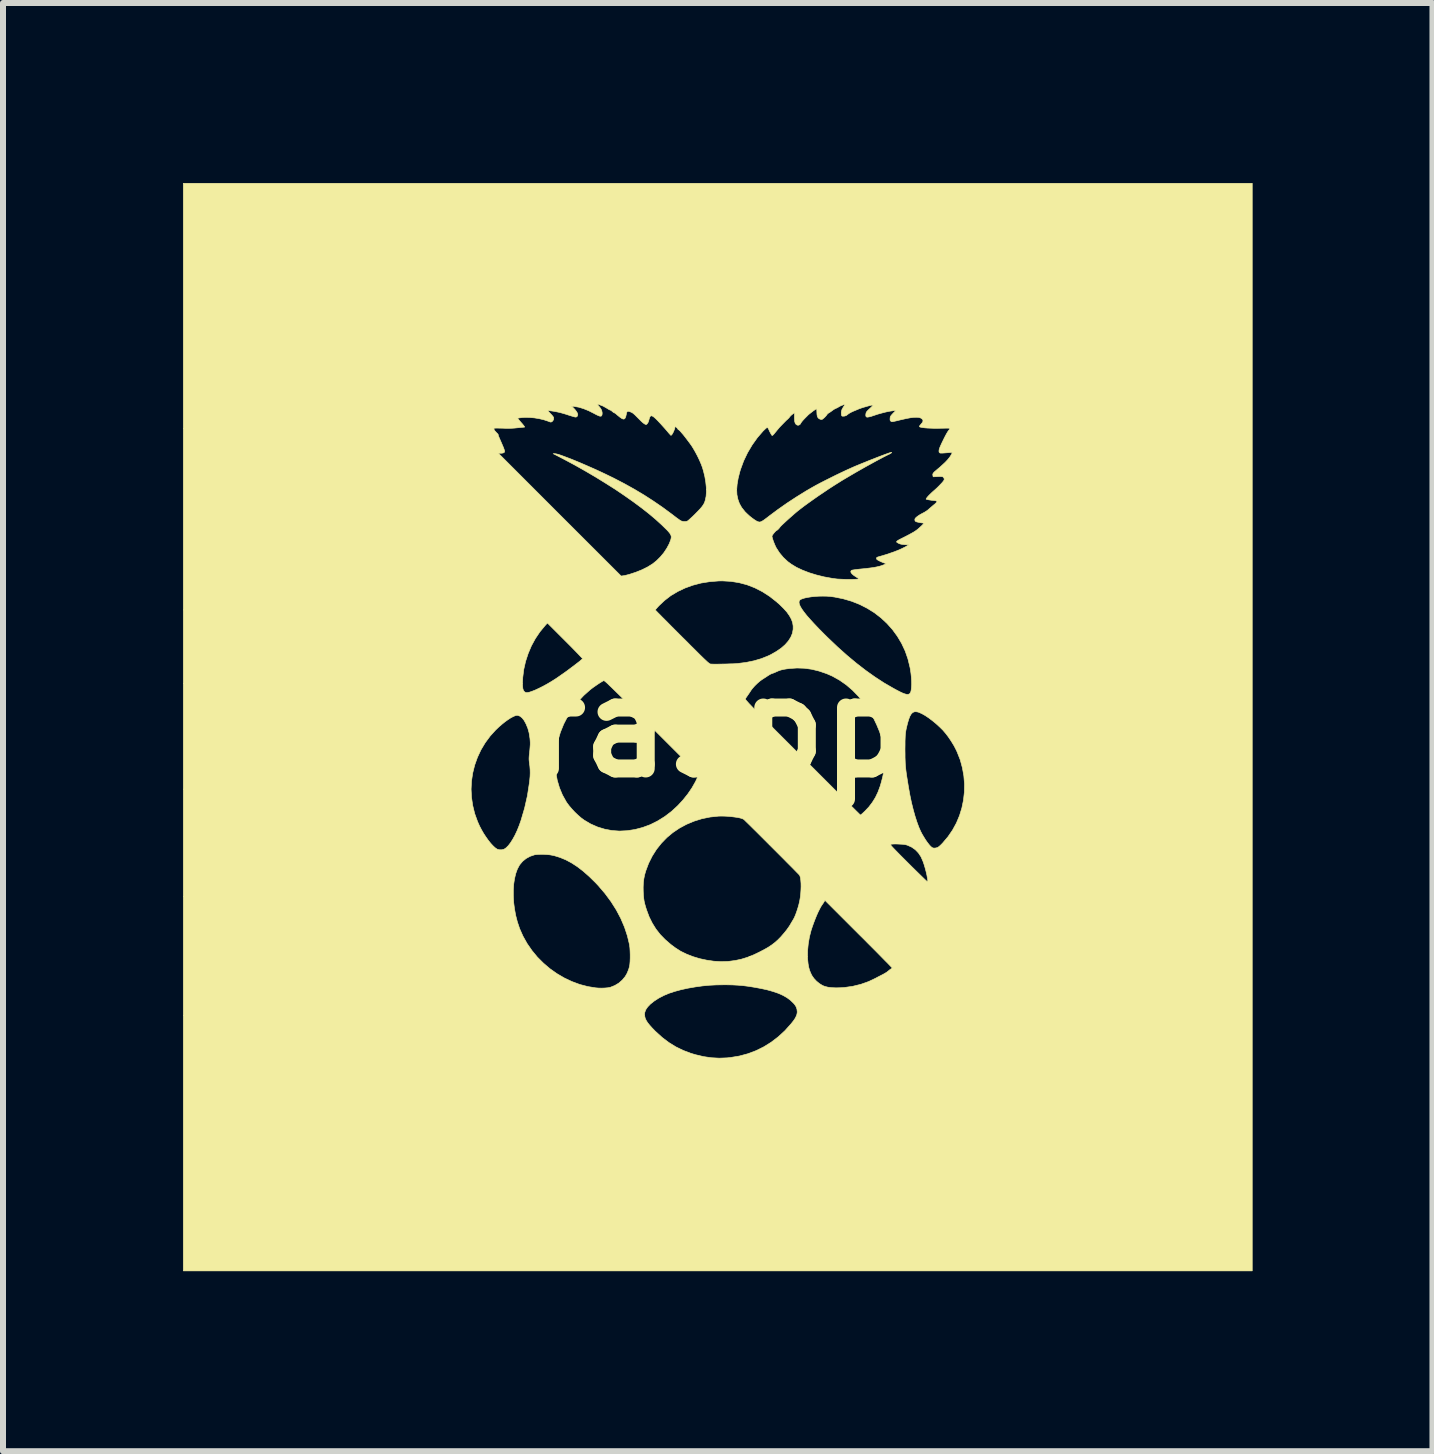
<source format=kicad_pcb>
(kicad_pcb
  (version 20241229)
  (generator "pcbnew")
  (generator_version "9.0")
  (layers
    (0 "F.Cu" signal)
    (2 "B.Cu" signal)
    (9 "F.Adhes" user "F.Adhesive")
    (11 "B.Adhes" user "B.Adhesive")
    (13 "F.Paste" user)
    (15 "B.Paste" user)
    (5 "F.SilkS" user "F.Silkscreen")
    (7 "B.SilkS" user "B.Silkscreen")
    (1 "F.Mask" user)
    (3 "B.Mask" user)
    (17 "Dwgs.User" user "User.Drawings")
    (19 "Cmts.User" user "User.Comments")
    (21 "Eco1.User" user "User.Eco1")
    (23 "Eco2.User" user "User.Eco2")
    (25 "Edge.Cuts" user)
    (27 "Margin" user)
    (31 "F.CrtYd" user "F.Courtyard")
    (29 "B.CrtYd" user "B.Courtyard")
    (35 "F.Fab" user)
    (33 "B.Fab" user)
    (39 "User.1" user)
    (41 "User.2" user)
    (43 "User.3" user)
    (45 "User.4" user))
  (footprint "raspp"
    (layer "F.Cu")
    (at 8.91 9.069)
    (property "Reference" "raspp" (at 0 0 0) (layer "F.SilkS") (effects (font (size 1.524 1.524) (thickness 0.3))))
    (attr through_hole)
    (fp_poly (pts (xy 8.912 9.064) (xy -8.905 9.064) (xy -8.905 4.805) (xy -1.217 4.805) (xy -1.206 4.852) (xy -1.205 4.855) (xy -1.189 4.889) (xy -1.166 4.926) (xy -1.133 4.967) (xy -1.091 5.014) (xy -1.039 5.068) (xy -1.029 5.077) (xy -0.922 5.174) (xy -0.811 5.258) (xy -0.696 5.329) (xy -0.575 5.388) (xy -0.446 5.437) (xy -0.369 5.46) (xy -0.234 5.492) (xy -0.103 5.511) (xy 0.027 5.518) (xy 0.159 5.513) (xy 0.214 5.507) (xy 0.361 5.483) (xy 0.503 5.445) (xy 0.639 5.394) (xy 0.769 5.33) (xy 0.893 5.253) (xy 1.011 5.163) (xy 1.122 5.061) (xy 1.225 4.946) (xy 1.264 4.897) (xy 1.292 4.856) (xy 1.311 4.819) (xy 1.323 4.786) (xy 1.328 4.753) (xy 1.328 4.743) (xy 1.323 4.7) (xy 1.309 4.661) (xy 1.284 4.622) (xy 1.265 4.601) (xy 1.214 4.552) (xy 1.156 4.509) (xy 1.089 4.471) (xy 1.013 4.437) (xy 0.925 4.407) (xy 0.826 4.379) (xy 0.73 4.358) (xy 0.623 4.338) (xy 0.526 4.322) (xy 0.433 4.31) (xy 0.342 4.302) (xy 0.248 4.297) (xy 0.146 4.295) (xy 0.105 4.295) (xy -0.021 4.297) (xy -0.139 4.303) (xy -0.252 4.314) (xy -0.368 4.33) (xy -0.489 4.351) (xy -0.49 4.351) (xy -0.609 4.377) (xy -0.716 4.406) (xy -0.813 4.438) (xy -0.9 4.475) (xy -0.98 4.517) (xy -1.054 4.565) (xy -1.062 4.571) (xy -1.121 4.618) (xy -1.166 4.665) (xy -1.197 4.711) (xy -1.214 4.758) (xy -1.217 4.805) (xy -8.905 4.805) (xy -8.905 2.717) (xy -3.404 2.717) (xy -3.404 2.82) (xy -3.398 2.926) (xy -3.384 3.033) (xy -3.364 3.141) (xy -3.337 3.246) (xy -3.303 3.347) (xy -3.3 3.357) (xy -3.243 3.485) (xy -3.174 3.608) (xy -3.093 3.725) (xy -3.003 3.834) (xy -2.902 3.935) (xy -2.794 4.027) (xy -2.678 4.109) (xy -2.555 4.181) (xy -2.428 4.241) (xy -2.296 4.29) (xy -2.161 4.325) (xy -2.032 4.346) (xy -1.982 4.35) (xy -1.929 4.351) (xy -1.878 4.349) (xy -1.831 4.345) (xy -1.793 4.338) (xy -1.785 4.336) (xy -1.713 4.307) (xy -1.646 4.267) (xy -1.588 4.216) (xy -1.539 4.157) (xy -1.51 4.107) (xy -1.495 4.072) (xy -1.48 4.033) (xy -1.47 3.998) (xy -1.468 3.991) (xy -1.462 3.953) (xy -1.458 3.905) (xy -1.456 3.849) (xy -1.456 3.791) (xy -1.458 3.733) (xy -1.461 3.68) (xy -1.467 3.634) (xy -1.468 3.625) (xy -1.503 3.479) (xy -1.551 3.334) (xy -1.613 3.189) (xy -1.688 3.047) (xy -1.776 2.908) (xy -1.876 2.773) (xy -1.964 2.67) (xy -1.24 2.67) (xy -1.239 2.735) (xy -1.236 2.798) (xy -1.231 2.852) (xy -1.224 2.9) (xy -1.213 2.948) (xy -1.198 3.001) (xy -1.183 3.048) (xy -1.14 3.163) (xy -1.088 3.268) (xy -1.027 3.366) (xy -0.956 3.457) (xy -0.873 3.542) (xy -0.778 3.624) (xy -0.703 3.68) (xy -0.615 3.736) (xy -0.517 3.784) (xy -0.409 3.826) (xy -0.296 3.86) (xy -0.179 3.885) (xy -0.062 3.902) (xy 0.055 3.909) (xy 0.167 3.906) (xy 0.19 3.904) (xy 0.296 3.89) (xy 0.398 3.868) (xy 0.498 3.837) (xy 0.523 3.827) (xy 1.5 3.827) (xy 1.502 3.875) (xy 1.509 3.944) (xy 1.519 4.001) (xy 1.533 4.051) (xy 1.551 4.097) (xy 1.572 4.14) (xy 1.606 4.189) (xy 1.649 4.235) (xy 1.698 4.275) (xy 1.75 4.307) (xy 1.788 4.322) (xy 1.839 4.335) (xy 1.902 4.343) (xy 1.975 4.346) (xy 2.055 4.344) (xy 2.115 4.34) (xy 2.254 4.32) (xy 2.389 4.287) (xy 2.518 4.241) (xy 2.634 4.186) (xy 2.671 4.166) (xy 2.71 4.146) (xy 2.745 4.128) (xy 2.759 4.121) (xy 2.789 4.104) (xy 2.82 4.085) (xy 2.843 4.067) (xy 2.846 4.065) (xy 2.866 4.048) (xy 2.885 4.034) (xy 2.894 4.029) (xy 2.906 4.02) (xy 2.91 4.013) (xy 2.905 4.008) (xy 2.89 3.992) (xy 2.867 3.968) (xy 2.835 3.935) (xy 2.795 3.895) (xy 2.749 3.848) (xy 2.696 3.794) (xy 2.638 3.735) (xy 2.574 3.671) (xy 2.506 3.603) (xy 2.435 3.531) (xy 2.36 3.457) (xy 2.35 3.447) (xy 1.79 2.887) (xy 1.774 2.915) (xy 1.76 2.937) (xy 1.746 2.957) (xy 1.743 2.961) (xy 1.724 2.99) (xy 1.702 3.031) (xy 1.677 3.081) (xy 1.651 3.139) (xy 1.626 3.201) (xy 1.601 3.266) (xy 1.578 3.331) (xy 1.559 3.389) (xy 1.531 3.498) (xy 1.512 3.61) (xy 1.501 3.721) (xy 1.5 3.827) (xy 0.523 3.827) (xy 0.601 3.796) (xy 0.693 3.752) (xy 0.772 3.711) (xy 0.841 3.672) (xy 0.9 3.633) (xy 0.954 3.592) (xy 1.005 3.547) (xy 1.055 3.496) (xy 1.107 3.436) (xy 1.15 3.383) (xy 1.171 3.354) (xy 1.192 3.324) (xy 1.208 3.299) (xy 1.208 3.299) (xy 1.223 3.273) (xy 1.242 3.241) (xy 1.26 3.211) (xy 1.261 3.21) (xy 1.28 3.175) (xy 1.3 3.128) (xy 1.32 3.073) (xy 1.339 3.014) (xy 1.356 2.954) (xy 1.369 2.896) (xy 1.371 2.885) (xy 1.38 2.831) (xy 1.386 2.774) (xy 1.39 2.715) (xy 1.392 2.657) (xy 1.391 2.602) (xy 1.387 2.553) (xy 1.382 2.512) (xy 1.373 2.482) (xy 1.368 2.47) (xy 1.361 2.462) (xy 1.345 2.445) (xy 1.32 2.42) (xy 1.288 2.387) (xy 1.249 2.347) (xy 1.204 2.302) (xy 1.154 2.252) (xy 1.101 2.198) (xy 1.044 2.141) (xy 0.985 2.082) (xy 0.925 2.022) (xy 0.864 1.961) (xy 0.86 1.957) (xy 2.883 1.957) (xy 2.885 1.962) (xy 2.89 1.97) (xy 2.9 1.983) (xy 2.915 2) (xy 2.937 2.023) (xy 2.965 2.052) (xy 3 2.088) (xy 3.043 2.132) (xy 3.095 2.184) (xy 3.156 2.245) (xy 3.186 2.275) (xy 3.242 2.331) (xy 3.295 2.383) (xy 3.344 2.431) (xy 3.388 2.474) (xy 3.426 2.511) (xy 3.458 2.542) (xy 3.482 2.564) (xy 3.498 2.578) (xy 3.504 2.583) (xy 3.504 2.583) (xy 3.504 2.572) (xy 3.503 2.551) (xy 3.499 2.524) (xy 3.498 2.519) (xy 3.489 2.467) (xy 3.475 2.407) (xy 3.458 2.343) (xy 3.44 2.283) (xy 3.425 2.24) (xy 3.391 2.162) (xy 3.348 2.097) (xy 3.296 2.043) (xy 3.236 2.001) (xy 3.168 1.97) (xy 3.142 1.962) (xy 3.117 1.957) (xy 3.084 1.953) (xy 3.045 1.951) (xy 3.004 1.949) (xy 2.964 1.948) (xy 2.928 1.949) (xy 2.901 1.951) (xy 2.885 1.954) (xy 2.883 1.957) (xy 0.86 1.957) (xy 0.804 1.901) (xy 0.746 1.843) (xy 0.69 1.787) (xy 0.637 1.734) (xy 0.588 1.686) (xy 0.544 1.642) (xy 0.506 1.605) (xy 0.475 1.575) (xy 0.452 1.552) (xy 0.437 1.539) (xy 0.432 1.535) (xy 0.41 1.525) (xy 0.376 1.515) (xy 0.333 1.506) (xy 0.283 1.499) (xy 0.228 1.492) (xy 0.171 1.487) (xy 0.115 1.484) (xy 0.062 1.483) (xy 0.018 1.484) (xy -0.124 1.499) (xy -0.261 1.527) (xy -0.392 1.568) (xy -0.517 1.62) (xy -0.634 1.683) (xy -0.744 1.757) (xy -0.845 1.841) (xy -0.936 1.935) (xy -1.018 2.038) (xy -1.089 2.15) (xy -1.149 2.27) (xy -1.196 2.395) (xy -1.216 2.464) (xy -1.229 2.53) (xy -1.237 2.597) (xy -1.24 2.67) (xy -1.964 2.67) (xy -1.987 2.643) (xy -2.035 2.592) (xy -2.139 2.49) (xy -2.239 2.402) (xy -2.336 2.327) (xy -2.433 2.264) (xy -2.528 2.213) (xy -2.625 2.173) (xy -2.722 2.143) (xy -2.751 2.137) (xy -2.795 2.129) (xy -2.846 2.124) (xy -2.901 2.121) (xy -2.954 2.121) (xy -3.002 2.123) (xy -3.041 2.127) (xy -3.051 2.129) (xy -3.125 2.154) (xy -3.191 2.19) (xy -3.249 2.237) (xy -3.297 2.294) (xy -3.303 2.303) (xy -3.337 2.367) (xy -3.364 2.442) (xy -3.384 2.526) (xy -3.398 2.618) (xy -3.404 2.717) (xy -8.905 2.717) (xy -8.905 1.035) (xy -4.108 1.035) (xy -4.101 1.171) (xy -4.081 1.307) (xy -4.048 1.442) (xy -4 1.575) (xy -3.966 1.651) (xy -3.934 1.712) (xy -3.899 1.773) (xy -3.86 1.832) (xy -3.821 1.887) (xy -3.782 1.936) (xy -3.744 1.977) (xy -3.709 2.01) (xy -3.679 2.031) (xy -3.67 2.036) (xy -3.635 2.045) (xy -3.597 2.045) (xy -3.562 2.036) (xy -3.558 2.035) (xy -3.524 2.012) (xy -3.487 1.975) (xy -3.45 1.927) (xy -3.413 1.868) (xy -3.375 1.799) (xy -3.339 1.722) (xy -3.305 1.637) (xy -3.277 1.558) (xy -3.216 1.351) (xy -3.169 1.143) (xy -3.137 0.935) (xy -3.131 0.885) (xy -3.125 0.821) (xy -3.123 0.765) (xy -3.124 0.713) (xy -3.128 0.658) (xy -3.132 0.624) (xy -2.705 0.624) (xy -2.695 0.758) (xy -2.672 0.887) (xy -2.635 1.012) (xy -2.586 1.13) (xy -2.523 1.243) (xy -2.51 1.263) (xy -2.474 1.311) (xy -2.429 1.364) (xy -2.379 1.418) (xy -2.325 1.469) (xy -2.273 1.514) (xy -2.224 1.55) (xy -2.221 1.552) (xy -2.114 1.615) (xy -2 1.665) (xy -1.882 1.701) (xy -1.761 1.724) (xy -1.636 1.733) (xy -1.509 1.727) (xy -1.508 1.727) (xy -1.377 1.707) (xy -1.248 1.673) (xy -1.121 1.626) (xy -0.999 1.565) (xy -0.88 1.491) (xy -0.767 1.405) (xy -0.664 1.31) (xy -0.577 1.216) (xy -0.497 1.116) (xy -0.426 1.012) (xy -0.367 0.908) (xy -0.337 0.843) (xy -0.313 0.788) (xy -1.096 0.005) (xy -1.202 -0.101) (xy -1.299 -0.198) (xy -1.386 -0.285) (xy -1.465 -0.363) (xy -1.535 -0.433) (xy -1.573 -0.47) (xy 0.464 -0.47) (xy 0.464 -0.467) (xy 0.466 -0.463) (xy 0.469 -0.457) (xy 0.475 -0.449) (xy 0.483 -0.439) (xy 0.495 -0.426) (xy 0.51 -0.409) (xy 0.528 -0.389) (xy 0.552 -0.364) (xy 0.58 -0.335) (xy 0.613 -0.301) (xy 0.652 -0.261) (xy 0.698 -0.215) (xy 0.749 -0.163) (xy 0.808 -0.104) (xy 0.874 -0.038) (xy 0.948 0.037) (xy 1.03 0.119) (xy 1.121 0.21) (xy 1.221 0.31) (xy 1.33 0.419) (xy 1.416 0.505) (xy 1.515 0.604) (xy 1.61 0.699) (xy 1.703 0.792) (xy 1.792 0.881) (xy 1.876 0.965) (xy 1.956 1.045) (xy 2.031 1.119) (xy 2.1 1.187) (xy 2.162 1.249) (xy 2.218 1.305) (xy 2.267 1.353) (xy 2.307 1.393) (xy 2.34 1.425) (xy 2.363 1.448) (xy 2.378 1.462) (xy 2.382 1.466) (xy 2.389 1.461) (xy 2.405 1.448) (xy 2.426 1.429) (xy 2.451 1.405) (xy 2.454 1.403) (xy 2.522 1.331) (xy 2.58 1.255) (xy 2.631 1.173) (xy 2.674 1.083) (xy 2.711 0.983) (xy 2.732 0.91) (xy 2.753 0.827) (xy 2.768 0.751) (xy 2.777 0.677) (xy 2.781 0.598) (xy 2.782 0.541) (xy 2.777 0.42) (xy 2.77 0.365) (xy 3.124 0.365) (xy 3.124 0.381) (xy 3.125 0.448) (xy 3.125 0.507) (xy 3.127 0.561) (xy 3.129 0.611) (xy 3.133 0.66) (xy 3.138 0.71) (xy 3.145 0.764) (xy 3.154 0.825) (xy 3.165 0.894) (xy 3.178 0.974) (xy 3.183 1.005) (xy 3.206 1.134) (xy 3.232 1.258) (xy 3.261 1.375) (xy 3.291 1.483) (xy 3.323 1.582) (xy 3.355 1.669) (xy 3.386 1.739) (xy 3.41 1.785) (xy 3.438 1.832) (xy 3.467 1.879) (xy 3.497 1.922) (xy 3.525 1.958) (xy 3.548 1.984) (xy 3.551 1.987) (xy 3.572 2.005) (xy 3.589 2.014) (xy 3.607 2.017) (xy 3.615 2.017) (xy 3.641 2.014) (xy 3.667 2.007) (xy 3.669 2.006) (xy 3.684 1.996) (xy 3.706 1.978) (xy 3.731 1.954) (xy 3.754 1.93) (xy 3.841 1.827) (xy 3.917 1.716) (xy 3.981 1.599) (xy 4.033 1.475) (xy 4.072 1.348) (xy 4.099 1.217) (xy 4.114 1.083) (xy 4.116 0.948) (xy 4.105 0.813) (xy 4.081 0.679) (xy 4.045 0.546) (xy 3.994 0.417) (xy 3.98 0.386) (xy 3.942 0.312) (xy 3.895 0.235) (xy 3.845 0.161) (xy 3.802 0.105) (xy 3.755 0.05) (xy 3.7 -0.004) (xy 3.642 -0.057) (xy 3.581 -0.107) (xy 3.52 -0.153) (xy 3.462 -0.192) (xy 3.407 -0.223) (xy 3.358 -0.245) (xy 3.34 -0.251) (xy 3.306 -0.257) (xy 3.276 -0.254) (xy 3.25 -0.241) (xy 3.227 -0.217) (xy 3.206 -0.181) (xy 3.187 -0.132) (xy 3.168 -0.069) (xy 3.164 -0.054) (xy 3.154 -0.012) (xy 3.145 0.026) (xy 3.138 0.062) (xy 3.133 0.098) (xy 3.129 0.137) (xy 3.127 0.181) (xy 3.125 0.232) (xy 3.125 0.292) (xy 3.124 0.365) (xy 2.77 0.365) (xy 2.762 0.303) (xy 2.736 0.189) (xy 2.7 0.075) (xy 2.651 -0.042) (xy 2.606 -0.136) (xy 2.528 -0.272) (xy 2.443 -0.397) (xy 2.35 -0.511) (xy 2.25 -0.614) (xy 2.144 -0.705) (xy 2.032 -0.783) (xy 1.914 -0.849) (xy 1.818 -0.891) (xy 1.692 -0.934) (xy 1.569 -0.964) (xy 1.447 -0.981) (xy 1.325 -0.985) (xy 1.201 -0.977) (xy 1.201 -0.977) (xy 1.142 -0.969) (xy 1.094 -0.961) (xy 1.054 -0.951) (xy 1.019 -0.939) (xy 0.984 -0.924) (xy 0.98 -0.922) (xy 0.954 -0.91) (xy 0.929 -0.9) (xy 0.916 -0.896) (xy 0.899 -0.89) (xy 0.874 -0.878) (xy 0.847 -0.861) (xy 0.84 -0.857) (xy 0.809 -0.836) (xy 0.776 -0.815) (xy 0.748 -0.797) (xy 0.746 -0.796) (xy 0.706 -0.767) (xy 0.663 -0.73) (xy 0.62 -0.688) (xy 0.582 -0.645) (xy 0.552 -0.605) (xy 0.551 -0.602) (xy 0.532 -0.573) (xy 0.513 -0.545) (xy 0.497 -0.523) (xy 0.495 -0.519) (xy 0.48 -0.498) (xy 0.468 -0.479) (xy 0.465 -0.473) (xy 0.464 -0.47) (xy -1.573 -0.47) (xy -1.597 -0.495) (xy -1.652 -0.549) (xy -1.7 -0.596) (xy -1.741 -0.636) (xy -1.776 -0.67) (xy -1.806 -0.698) (xy -1.83 -0.722) (xy -1.85 -0.74) (xy -1.866 -0.754) (xy -1.877 -0.763) (xy -1.886 -0.77) (xy -1.892 -0.773) (xy -1.896 -0.774) (xy -1.896 -0.774) (xy -1.911 -0.768) (xy -1.934 -0.754) (xy -1.965 -0.735) (xy -2 -0.712) (xy -2.036 -0.687) (xy -2.072 -0.662) (xy -2.105 -0.637) (xy -2.122 -0.624) (xy -2.231 -0.527) (xy -2.33 -0.42) (xy -2.419 -0.304) (xy -2.498 -0.179) (xy -2.565 -0.049) (xy -2.62 0.087) (xy -2.661 0.227) (xy -2.685 0.344) (xy -2.702 0.486) (xy -2.705 0.624) (xy -3.132 0.624) (xy -3.136 0.597) (xy -3.14 0.563) (xy -3.142 0.533) (xy -3.141 0.502) (xy -3.138 0.464) (xy -3.135 0.441) (xy -3.129 0.381) (xy -3.125 0.332) (xy -3.122 0.291) (xy -3.122 0.255) (xy -3.124 0.222) (xy -3.127 0.186) (xy -3.128 0.181) (xy -3.141 0.097) (xy -3.162 0.021) (xy -3.191 -0.05) (xy -3.193 -0.054) (xy -3.224 -0.111) (xy -3.257 -0.153) (xy -3.29 -0.18) (xy -3.325 -0.194) (xy -3.344 -0.196) (xy -3.37 -0.191) (xy -3.405 -0.176) (xy -3.447 -0.154) (xy -3.493 -0.124) (xy -3.542 -0.089) (xy -3.593 -0.048) (xy -3.644 -0.004) (xy -3.692 0.042) (xy -3.694 0.043) (xy -3.79 0.149) (xy -3.873 0.261) (xy -3.944 0.38) (xy -4.002 0.504) (xy -4.048 0.633) (xy -4.081 0.765) (xy -4.101 0.899) (xy -4.108 1.035) (xy -8.905 1.035) (xy -8.905 -0.727) (xy -3.251 -0.727) (xy -3.249 -0.677) (xy -3.245 -0.64) (xy -3.236 -0.613) (xy -3.223 -0.594) (xy -3.219 -0.59) (xy -3.203 -0.579) (xy -3.185 -0.575) (xy -3.163 -0.576) (xy -3.132 -0.583) (xy -3.094 -0.596) (xy -3.04 -0.617) (xy -2.978 -0.646) (xy -2.91 -0.68) (xy -2.839 -0.719) (xy -2.768 -0.761) (xy -2.7 -0.804) (xy -2.692 -0.809) (xy -2.65 -0.838) (xy -2.603 -0.871) (xy -2.554 -0.905) (xy -2.504 -0.941) (xy -2.455 -0.978) (xy -2.408 -1.013) (xy -2.365 -1.046) (xy -2.326 -1.076) (xy -2.294 -1.101) (xy -2.27 -1.122) (xy -2.255 -1.135) (xy -2.251 -1.141) (xy -2.255 -1.147) (xy -2.269 -1.162) (xy -2.292 -1.186) (xy -2.322 -1.218) (xy -2.358 -1.255) (xy -2.401 -1.299) (xy -2.448 -1.347) (xy -2.5 -1.399) (xy -2.542 -1.441) (xy -2.836 -1.735) (xy -2.874 -1.693) (xy -2.961 -1.588) (xy -3.037 -1.475) (xy -3.103 -1.354) (xy -3.157 -1.226) (xy -3.2 -1.095) (xy -3.23 -0.962) (xy -3.247 -0.827) (xy -3.251 -0.727) (xy -8.905 -0.727) (xy -8.905 -1.953) (xy -1.038 -1.953) (xy -1.033 -1.947) (xy -1.018 -1.932) (xy -0.995 -1.908) (xy -0.963 -1.876) (xy -0.925 -1.837) (xy -0.879 -1.791) (xy -0.828 -1.74) (xy -0.772 -1.683) (xy -0.711 -1.622) (xy -0.647 -1.558) (xy -0.59 -1.501) (xy -0.511 -1.423) (xy -0.443 -1.354) (xy -0.383 -1.295) (xy -0.332 -1.244) (xy -0.288 -1.2) (xy -0.251 -1.164) (xy -0.22 -1.134) (xy -0.194 -1.11) (xy -0.174 -1.091) (xy -0.158 -1.077) (xy -0.145 -1.067) (xy -0.135 -1.059) (xy -0.127 -1.055) (xy -0.121 -1.052) (xy -0.115 -1.051) (xy -0.112 -1.051) (xy -0.089 -1.05) (xy -0.053 -1.049) (xy -0.009 -1.049) (xy 0.042 -1.05) (xy 0.097 -1.051) (xy 0.153 -1.052) (xy 0.206 -1.054) (xy 0.256 -1.055) (xy 0.298 -1.057) (xy 0.33 -1.06) (xy 0.334 -1.06) (xy 0.476 -1.078) (xy 0.607 -1.105) (xy 0.73 -1.141) (xy 0.844 -1.187) (xy 0.89 -1.209) (xy 0.981 -1.261) (xy 1.061 -1.316) (xy 1.127 -1.374) (xy 1.181 -1.436) (xy 1.221 -1.499) (xy 1.248 -1.564) (xy 1.26 -1.631) (xy 1.26 -1.685) (xy 1.251 -1.742) (xy 1.23 -1.799) (xy 1.198 -1.857) (xy 1.155 -1.918) (xy 1.099 -1.98) (xy 1.031 -2.047) (xy 0.997 -2.076) (xy 1.358 -2.076) (xy 1.364 -2.046) (xy 1.38 -2.009) (xy 1.406 -1.966) (xy 1.442 -1.916) (xy 1.488 -1.858) (xy 1.545 -1.793) (xy 1.612 -1.72) (xy 1.69 -1.638) (xy 1.779 -1.548) (xy 1.838 -1.49) (xy 2.001 -1.335) (xy 2.16 -1.193) (xy 2.316 -1.063) (xy 2.47 -0.944) (xy 2.622 -0.836) (xy 2.774 -0.737) (xy 2.928 -0.648) (xy 2.979 -0.62) (xy 3.036 -0.59) (xy 3.083 -0.568) (xy 3.12 -0.554) (xy 3.15 -0.546) (xy 3.173 -0.545) (xy 3.191 -0.55) (xy 3.206 -0.56) (xy 3.207 -0.562) (xy 3.219 -0.582) (xy 3.227 -0.615) (xy 3.232 -0.659) (xy 3.235 -0.711) (xy 3.234 -0.77) (xy 3.23 -0.833) (xy 3.223 -0.9) (xy 3.213 -0.967) (xy 3.207 -0.998) (xy 3.173 -1.137) (xy 3.127 -1.269) (xy 3.068 -1.395) (xy 2.997 -1.514) (xy 2.916 -1.625) (xy 2.824 -1.728) (xy 2.723 -1.822) (xy 2.613 -1.907) (xy 2.494 -1.981) (xy 2.368 -2.045) (xy 2.234 -2.098) (xy 2.094 -2.139) (xy 1.949 -2.168) (xy 1.876 -2.178) (xy 1.818 -2.182) (xy 1.755 -2.183) (xy 1.691 -2.182) (xy 1.627 -2.178) (xy 1.566 -2.172) (xy 1.509 -2.163) (xy 1.458 -2.153) (xy 1.417 -2.141) (xy 1.386 -2.128) (xy 1.373 -2.119) (xy 1.361 -2.101) (xy 1.358 -2.076) (xy 0.997 -2.076) (xy 0.984 -2.088) (xy 0.867 -2.18) (xy 0.745 -2.258) (xy 0.62 -2.322) (xy 0.491 -2.372) (xy 0.359 -2.407) (xy 0.223 -2.429) (xy 0.082 -2.437) (xy 0.018 -2.436) (xy -0.131 -2.424) (xy -0.275 -2.401) (xy -0.412 -2.365) (xy -0.542 -2.318) (xy -0.664 -2.26) (xy -0.778 -2.192) (xy -0.882 -2.112) (xy -0.977 -2.023) (xy -0.987 -2.012) (xy -1.008 -1.989) (xy -1.025 -1.969) (xy -1.035 -1.957) (xy -1.038 -1.953) (xy -8.905 -1.953) (xy -8.905 -4.978) (xy -3.73 -4.978) (xy -3.725 -4.96) (xy -3.711 -4.937) (xy -3.69 -4.914) (xy -3.682 -4.905) (xy -3.666 -4.89) (xy -3.657 -4.878) (xy -3.656 -4.874) (xy -3.656 -4.87) (xy -3.655 -4.863) (xy -3.651 -4.852) (xy -3.644 -4.834) (xy -3.633 -4.809) (xy -3.618 -4.774) (xy -3.598 -4.729) (xy -3.588 -4.705) (xy -3.573 -4.67) (xy -3.561 -4.639) (xy -3.553 -4.615) (xy -3.549 -4.599) (xy -3.549 -4.598) (xy -3.553 -4.581) (xy -3.568 -4.571) (xy -3.595 -4.565) (xy -3.615 -4.565) (xy -3.654 -4.565) (xy -2.631 -3.541) (xy -1.607 -2.518) (xy -1.575 -2.522) (xy -1.554 -2.525) (xy -1.524 -2.532) (xy -1.489 -2.541) (xy -1.466 -2.547) (xy -1.36 -2.582) (xy -1.258 -2.623) (xy -1.166 -2.669) (xy -1.084 -2.72) (xy -1.081 -2.722) (xy -1.015 -2.775) (xy -0.952 -2.838) (xy -0.894 -2.908) (xy -0.845 -2.982) (xy -0.805 -3.057) (xy -0.78 -3.122) (xy -0.773 -3.152) (xy -0.772 -3.177) (xy -0.779 -3.202) (xy -0.794 -3.228) (xy -0.819 -3.259) (xy -0.84 -3.282) (xy -0.93 -3.37) (xy -1.032 -3.463) (xy -1.146 -3.559) (xy -1.271 -3.657) (xy -1.406 -3.757) (xy -1.551 -3.859) (xy -1.703 -3.962) (xy -1.864 -4.064) (xy -2.031 -4.167) (xy -2.203 -4.268) (xy -2.38 -4.368) (xy -2.561 -4.465) (xy -2.696 -4.535) (xy -2.74 -4.557) (xy -2.71 -4.557) (xy -2.689 -4.554) (xy -2.656 -4.546) (xy -2.613 -4.532) (xy -2.561 -4.513) (xy -2.5 -4.49) (xy -2.432 -4.464) (xy -2.359 -4.434) (xy -2.282 -4.402) (xy -2.201 -4.367) (xy -2.119 -4.331) (xy -2.035 -4.294) (xy -1.953 -4.256) (xy -1.872 -4.218) (xy -1.794 -4.18) (xy -1.734 -4.151) (xy -1.555 -4.058) (xy -1.388 -3.965) (xy -1.227 -3.869) (xy -1.072 -3.769) (xy -0.917 -3.663) (xy -0.76 -3.547) (xy -0.682 -3.487) (xy -0.655 -3.468) (xy -0.63 -3.45) (xy -0.61 -3.438) (xy -0.604 -3.435) (xy -0.573 -3.427) (xy -0.537 -3.426) (xy -0.505 -3.432) (xy -0.505 -3.433) (xy -0.494 -3.44) (xy -0.475 -3.456) (xy -0.45 -3.479) (xy -0.419 -3.507) (xy -0.385 -3.54) (xy -0.371 -3.554) (xy -0.326 -3.6) (xy -0.29 -3.638) (xy -0.262 -3.671) (xy -0.241 -3.7) (xy -0.225 -3.727) (xy -0.213 -3.755) (xy -0.204 -3.785) (xy -0.191 -3.847) (xy -0.186 -3.92) (xy -0.187 -3.956) (xy 0.319 -3.956) (xy 0.323 -3.873) (xy 0.339 -3.797) (xy 0.364 -3.727) (xy 0.401 -3.661) (xy 0.45 -3.599) (xy 0.46 -3.587) (xy 0.495 -3.553) (xy 0.534 -3.517) (xy 0.576 -3.484) (xy 0.616 -3.455) (xy 0.65 -3.434) (xy 0.654 -3.432) (xy 0.673 -3.424) (xy 0.689 -3.419) (xy 0.705 -3.418) (xy 0.723 -3.423) (xy 0.745 -3.434) (xy 0.772 -3.451) (xy 0.806 -3.476) (xy 0.849 -3.509) (xy 0.863 -3.52) (xy 1.004 -3.625) (xy 1.156 -3.732) (xy 1.315 -3.836) (xy 1.478 -3.937) (xy 1.573 -3.992) (xy 1.637 -4.028) (xy 1.712 -4.068) (xy 1.794 -4.11) (xy 1.882 -4.154) (xy 1.972 -4.199) (xy 2.062 -4.242) (xy 2.149 -4.283) (xy 2.231 -4.32) (xy 2.297 -4.349) (xy 2.348 -4.37) (xy 2.404 -4.393) (xy 2.464 -4.417) (xy 2.525 -4.442) (xy 2.587 -4.466) (xy 2.647 -4.49) (xy 2.704 -4.512) (xy 2.757 -4.532) (xy 2.803 -4.549) (xy 2.842 -4.563) (xy 2.871 -4.573) (xy 2.89 -4.578) (xy 2.895 -4.579) (xy 2.902 -4.577) (xy 2.899 -4.572) (xy 2.884 -4.561) (xy 2.856 -4.546) (xy 2.824 -4.531) (xy 2.771 -4.504) (xy 2.707 -4.47) (xy 2.634 -4.431) (xy 2.556 -4.388) (xy 2.474 -4.343) (xy 2.389 -4.295) (xy 2.305 -4.247) (xy 2.223 -4.199) (xy 2.145 -4.153) (xy 2.074 -4.111) (xy 2.025 -4.08) (xy 1.942 -4.028) (xy 1.855 -3.972) (xy 1.768 -3.913) (xy 1.68 -3.854) (xy 1.596 -3.795) (xy 1.516 -3.738) (xy 1.443 -3.685) (xy 1.379 -3.636) (xy 1.343 -3.608) (xy 1.315 -3.585) (xy 1.281 -3.556) (xy 1.245 -3.524) (xy 1.207 -3.491) (xy 1.169 -3.457) (xy 1.133 -3.424) (xy 1.101 -3.394) (xy 1.074 -3.369) (xy 1.054 -3.349) (xy 1.043 -3.337) (xy 1.042 -3.335) (xy 1.031 -3.32) (xy 1.017 -3.304) (xy 1.002 -3.289) (xy 0.991 -3.281) (xy 0.989 -3.28) (xy 0.979 -3.275) (xy 0.964 -3.261) (xy 0.946 -3.241) (xy 0.929 -3.22) (xy 0.915 -3.2) (xy 0.908 -3.186) (xy 0.907 -3.182) (xy 0.91 -3.164) (xy 0.918 -3.136) (xy 0.929 -3.102) (xy 0.943 -3.066) (xy 0.958 -3.03) (xy 0.973 -2.998) (xy 0.977 -2.99) (xy 1.031 -2.906) (xy 1.096 -2.828) (xy 1.171 -2.758) (xy 1.228 -2.716) (xy 1.315 -2.663) (xy 1.415 -2.616) (xy 1.526 -2.573) (xy 1.646 -2.536) (xy 1.775 -2.504) (xy 1.912 -2.479) (xy 1.964 -2.472) (xy 1.996 -2.468) (xy 2.038 -2.466) (xy 2.086 -2.464) (xy 2.138 -2.462) (xy 2.19 -2.462) (xy 2.239 -2.462) (xy 2.282 -2.463) (xy 2.315 -2.465) (xy 2.33 -2.466) (xy 2.362 -2.471) (xy 2.315 -2.499) (xy 2.271 -2.528) (xy 2.241 -2.554) (xy 2.224 -2.577) (xy 2.221 -2.597) (xy 2.231 -2.612) (xy 2.242 -2.616) (xy 2.265 -2.62) (xy 2.299 -2.625) (xy 2.34 -2.63) (xy 2.386 -2.635) (xy 2.47 -2.643) (xy 2.541 -2.652) (xy 2.602 -2.66) (xy 2.653 -2.67) (xy 2.697 -2.68) (xy 2.736 -2.692) (xy 2.771 -2.705) (xy 2.777 -2.708) (xy 2.812 -2.723) (xy 2.776 -2.736) (xy 2.749 -2.746) (xy 2.718 -2.76) (xy 2.694 -2.771) (xy 2.669 -2.785) (xy 2.655 -2.795) (xy 2.65 -2.806) (xy 2.649 -2.812) (xy 2.651 -2.822) (xy 2.658 -2.83) (xy 2.675 -2.836) (xy 2.691 -2.841) (xy 2.804 -2.874) (xy 2.905 -2.908) (xy 2.994 -2.941) (xy 3.07 -2.974) (xy 3.132 -3.005) (xy 3.133 -3.006) (xy 3.188 -3.037) (xy 3.12 -3.041) (xy 3.077 -3.045) (xy 3.045 -3.052) (xy 3.022 -3.061) (xy 3.003 -3.071) (xy 2.99 -3.079) (xy 2.984 -3.087) (xy 2.987 -3.096) (xy 2.998 -3.106) (xy 3.019 -3.119) (xy 3.051 -3.136) (xy 3.095 -3.158) (xy 3.107 -3.164) (xy 3.171 -3.197) (xy 3.223 -3.225) (xy 3.266 -3.249) (xy 3.302 -3.272) (xy 3.333 -3.295) (xy 3.36 -3.318) (xy 3.387 -3.343) (xy 3.392 -3.347) (xy 3.444 -3.399) (xy 3.396 -3.405) (xy 3.366 -3.41) (xy 3.337 -3.416) (xy 3.32 -3.42) (xy 3.301 -3.428) (xy 3.292 -3.437) (xy 3.289 -3.452) (xy 3.289 -3.466) (xy 3.295 -3.479) (xy 3.309 -3.494) (xy 3.322 -3.505) (xy 3.345 -3.522) (xy 3.376 -3.542) (xy 3.409 -3.56) (xy 3.417 -3.564) (xy 3.449 -3.581) (xy 3.481 -3.601) (xy 3.506 -3.619) (xy 3.511 -3.624) (xy 3.534 -3.644) (xy 3.562 -3.668) (xy 3.59 -3.692) (xy 3.592 -3.694) (xy 3.625 -3.721) (xy 3.646 -3.742) (xy 3.656 -3.756) (xy 3.655 -3.765) (xy 3.643 -3.771) (xy 3.621 -3.775) (xy 3.605 -3.777) (xy 3.571 -3.78) (xy 3.538 -3.785) (xy 3.509 -3.79) (xy 3.488 -3.795) (xy 3.477 -3.799) (xy 3.476 -3.8) (xy 3.481 -3.812) (xy 3.496 -3.832) (xy 3.517 -3.856) (xy 3.544 -3.883) (xy 3.573 -3.911) (xy 3.592 -3.928) (xy 3.625 -3.957) (xy 3.659 -3.988) (xy 3.692 -4.021) (xy 3.722 -4.052) (xy 3.748 -4.08) (xy 3.766 -4.103) (xy 3.776 -4.119) (xy 3.777 -4.121) (xy 3.777 -4.142) (xy 3.766 -4.162) (xy 3.753 -4.172) (xy 3.741 -4.175) (xy 3.718 -4.176) (xy 3.688 -4.176) (xy 3.667 -4.175) (xy 3.594 -4.172) (xy 3.589 -4.194) (xy 3.587 -4.21) (xy 3.59 -4.224) (xy 3.6 -4.239) (xy 3.618 -4.258) (xy 3.646 -4.281) (xy 3.659 -4.293) (xy 3.705 -4.331) (xy 3.751 -4.373) (xy 3.795 -4.414) (xy 3.832 -4.453) (xy 3.855 -4.481) (xy 3.874 -4.506) (xy 3.89 -4.531) (xy 3.902 -4.553) (xy 3.909 -4.57) (xy 3.909 -4.577) (xy 3.901 -4.578) (xy 3.881 -4.577) (xy 3.853 -4.575) (xy 3.818 -4.572) (xy 3.815 -4.572) (xy 3.779 -4.569) (xy 3.747 -4.567) (xy 3.722 -4.567) (xy 3.709 -4.568) (xy 3.709 -4.568) (xy 3.694 -4.58) (xy 3.69 -4.601) (xy 3.695 -4.633) (xy 3.698 -4.641) (xy 3.707 -4.666) (xy 3.721 -4.698) (xy 3.738 -4.735) (xy 3.758 -4.776) (xy 3.778 -4.817) (xy 3.798 -4.856) (xy 3.817 -4.891) (xy 3.833 -4.918) (xy 3.845 -4.936) (xy 3.849 -4.942) (xy 3.862 -4.957) (xy 3.868 -4.971) (xy 3.868 -4.972) (xy 3.867 -4.977) (xy 3.864 -4.98) (xy 3.855 -4.982) (xy 3.84 -4.983) (xy 3.817 -4.983) (xy 3.783 -4.982) (xy 3.737 -4.981) (xy 3.723 -4.981) (xy 3.666 -4.98) (xy 3.608 -4.98) (xy 3.551 -4.982) (xy 3.499 -4.984) (xy 3.452 -4.988) (xy 3.414 -4.993) (xy 3.386 -4.998) (xy 3.37 -5.004) (xy 3.369 -5.004) (xy 3.364 -5.01) (xy 3.366 -5.018) (xy 3.375 -5.03) (xy 3.391 -5.049) (xy 3.414 -5.077) (xy 3.424 -5.099) (xy 3.422 -5.119) (xy 3.409 -5.136) (xy 3.387 -5.151) (xy 3.358 -5.161) (xy 3.32 -5.164) (xy 3.273 -5.163) (xy 3.216 -5.156) (xy 3.147 -5.143) (xy 3.066 -5.125) (xy 3.053 -5.122) (xy 3.004 -5.11) (xy 2.966 -5.101) (xy 2.939 -5.095) (xy 2.92 -5.091) (xy 2.907 -5.09) (xy 2.899 -5.092) (xy 2.893 -5.095) (xy 2.888 -5.099) (xy 2.878 -5.11) (xy 2.875 -5.125) (xy 2.876 -5.148) (xy 2.878 -5.166) (xy 2.884 -5.181) (xy 2.894 -5.196) (xy 2.912 -5.216) (xy 2.925 -5.23) (xy 2.972 -5.278) (xy 2.925 -5.273) (xy 2.87 -5.265) (xy 2.806 -5.252) (xy 2.736 -5.234) (xy 2.664 -5.214) (xy 2.608 -5.195) (xy 2.56 -5.179) (xy 2.524 -5.17) (xy 2.499 -5.166) (xy 2.482 -5.169) (xy 2.473 -5.18) (xy 2.47 -5.197) (xy 2.472 -5.222) (xy 2.473 -5.224) (xy 2.476 -5.239) (xy 2.482 -5.252) (xy 2.493 -5.266) (xy 2.511 -5.285) (xy 2.538 -5.31) (xy 2.538 -5.31) (xy 2.562 -5.332) (xy 2.58 -5.351) (xy 2.591 -5.363) (xy 2.592 -5.369) (xy 2.581 -5.368) (xy 2.559 -5.364) (xy 2.53 -5.357) (xy 2.495 -5.348) (xy 2.458 -5.337) (xy 2.422 -5.327) (xy 2.39 -5.316) (xy 2.364 -5.307) (xy 2.359 -5.305) (xy 2.328 -5.292) (xy 2.291 -5.276) (xy 2.256 -5.262) (xy 2.255 -5.261) (xy 2.225 -5.247) (xy 2.198 -5.232) (xy 2.178 -5.218) (xy 2.175 -5.216) (xy 2.147 -5.194) (xy 2.118 -5.184) (xy 2.094 -5.182) (xy 2.077 -5.183) (xy 2.069 -5.19) (xy 2.064 -5.207) (xy 2.062 -5.249) (xy 2.072 -5.29) (xy 2.094 -5.331) (xy 2.097 -5.335) (xy 2.111 -5.356) (xy 2.119 -5.371) (xy 2.12 -5.377) (xy 2.12 -5.378) (xy 2.106 -5.375) (xy 2.084 -5.367) (xy 2.058 -5.357) (xy 2.035 -5.346) (xy 2.018 -5.336) (xy 2.016 -5.335) (xy 1.997 -5.323) (xy 1.975 -5.314) (xy 1.974 -5.313) (xy 1.954 -5.304) (xy 1.93 -5.289) (xy 1.912 -5.276) (xy 1.889 -5.259) (xy 1.866 -5.243) (xy 1.853 -5.236) (xy 1.836 -5.224) (xy 1.826 -5.212) (xy 1.825 -5.211) (xy 1.818 -5.2) (xy 1.803 -5.182) (xy 1.784 -5.162) (xy 1.782 -5.16) (xy 1.76 -5.141) (xy 1.745 -5.13) (xy 1.733 -5.127) (xy 1.722 -5.128) (xy 1.695 -5.138) (xy 1.676 -5.154) (xy 1.663 -5.178) (xy 1.657 -5.212) (xy 1.655 -5.256) (xy 1.654 -5.281) (xy 1.653 -5.298) (xy 1.65 -5.305) (xy 1.65 -5.305) (xy 1.641 -5.301) (xy 1.623 -5.289) (xy 1.599 -5.273) (xy 1.573 -5.253) (xy 1.547 -5.233) (xy 1.523 -5.214) (xy 1.505 -5.198) (xy 1.504 -5.196) (xy 1.464 -5.156) (xy 1.433 -5.124) (xy 1.412 -5.1) (xy 1.397 -5.081) (xy 1.389 -5.068) (xy 1.387 -5.064) (xy 1.373 -5.043) (xy 1.352 -5.032) (xy 1.328 -5.033) (xy 1.325 -5.035) (xy 1.306 -5.048) (xy 1.293 -5.068) (xy 1.285 -5.097) (xy 1.282 -5.137) (xy 1.281 -5.165) (xy 1.282 -5.239) (xy 1.25 -5.216) (xy 1.228 -5.198) (xy 1.209 -5.179) (xy 1.203 -5.171) (xy 1.187 -5.151) (xy 1.17 -5.135) (xy 1.17 -5.134) (xy 1.15 -5.117) (xy 1.121 -5.088) (xy 1.084 -5.05) (xy 1.053 -5.018) (xy 1.031 -4.995) (xy 1.006 -4.965) (xy 0.981 -4.935) (xy 0.978 -4.931) (xy 0.958 -4.907) (xy 0.94 -4.885) (xy 0.926 -4.87) (xy 0.923 -4.867) (xy 0.915 -4.861) (xy 0.908 -4.861) (xy 0.901 -4.869) (xy 0.89 -4.887) (xy 0.887 -4.893) (xy 0.872 -4.92) (xy 0.859 -4.948) (xy 0.853 -4.962) (xy 0.841 -4.984) (xy 0.829 -4.993) (xy 0.827 -4.993) (xy 0.817 -4.988) (xy 0.8 -4.974) (xy 0.779 -4.954) (xy 0.761 -4.937) (xy 0.664 -4.825) (xy 0.577 -4.703) (xy 0.5 -4.573) (xy 0.435 -4.437) (xy 0.383 -4.296) (xy 0.37 -4.253) (xy 0.343 -4.145) (xy 0.326 -4.046) (xy 0.319 -3.956) (xy -0.187 -3.956) (xy -0.188 -4) (xy -0.197 -4.086) (xy -0.212 -4.175) (xy -0.234 -4.265) (xy -0.251 -4.324) (xy -0.273 -4.383) (xy -0.301 -4.448) (xy -0.334 -4.517) (xy -0.37 -4.585) (xy -0.406 -4.647) (xy -0.427 -4.681) (xy -0.452 -4.717) (xy -0.481 -4.756) (xy -0.511 -4.796) (xy -0.541 -4.835) (xy -0.57 -4.872) (xy -0.597 -4.903) (xy -0.619 -4.929) (xy -0.636 -4.946) (xy -0.645 -4.953) (xy -0.657 -4.959) (xy -0.66 -4.965) (xy -0.666 -4.975) (xy -0.678 -4.989) (xy -0.692 -5.001) (xy -0.703 -5.007) (xy -0.704 -5.007) (xy -0.71 -5.001) (xy -0.711 -4.994) (xy -0.714 -4.975) (xy -0.723 -4.951) (xy -0.734 -4.924) (xy -0.747 -4.898) (xy -0.76 -4.877) (xy -0.772 -4.865) (xy -0.777 -4.862) (xy -0.783 -4.868) (xy -0.796 -4.882) (xy -0.816 -4.904) (xy -0.838 -4.931) (xy -0.846 -4.94) (xy -0.876 -4.975) (xy -0.912 -5.015) (xy -0.95 -5.057) (xy -0.986 -5.095) (xy -0.994 -5.104) (xy -1.032 -5.142) (xy -1.063 -5.169) (xy -1.086 -5.184) (xy -1.104 -5.189) (xy -1.118 -5.184) (xy -1.129 -5.167) (xy -1.139 -5.139) (xy -1.146 -5.112) (xy -1.155 -5.084) (xy -1.168 -5.062) (xy -1.181 -5.047) (xy -1.19 -5.044) (xy -1.204 -5.046) (xy -1.221 -5.056) (xy -1.243 -5.072) (xy -1.271 -5.097) (xy -1.306 -5.132) (xy -1.323 -5.149) (xy -1.357 -5.183) (xy -1.382 -5.208) (xy -1.402 -5.225) (xy -1.419 -5.238) (xy -1.434 -5.246) (xy -1.451 -5.253) (xy -1.455 -5.255) (xy -1.48 -5.263) (xy -1.497 -5.264) (xy -1.508 -5.256) (xy -1.516 -5.239) (xy -1.522 -5.209) (xy -1.523 -5.205) (xy -1.531 -5.171) (xy -1.542 -5.148) (xy -1.555 -5.136) (xy -1.573 -5.134) (xy -1.596 -5.144) (xy -1.627 -5.165) (xy -1.665 -5.196) (xy -1.675 -5.204) (xy -1.695 -5.222) (xy -1.713 -5.234) (xy -1.723 -5.24) (xy -1.724 -5.24) (xy -1.734 -5.244) (xy -1.749 -5.256) (xy -1.755 -5.261) (xy -1.771 -5.275) (xy -1.785 -5.283) (xy -1.788 -5.283) (xy -1.798 -5.287) (xy -1.817 -5.297) (xy -1.84 -5.312) (xy -1.846 -5.315) (xy -1.907 -5.35) (xy -1.972 -5.375) (xy -1.992 -5.381) (xy -2.002 -5.383) (xy -2.006 -5.381) (xy -2.002 -5.374) (xy -1.989 -5.36) (xy -1.979 -5.349) (xy -1.949 -5.312) (xy -1.931 -5.278) (xy -1.924 -5.244) (xy -1.923 -5.233) (xy -1.925 -5.208) (xy -1.931 -5.191) (xy -1.942 -5.182) (xy -1.96 -5.182) (xy -1.986 -5.191) (xy -2.022 -5.208) (xy -2.065 -5.231) (xy -2.148 -5.273) (xy -2.232 -5.307) (xy -2.313 -5.332) (xy -2.389 -5.345) (xy -2.389 -5.345) (xy -2.435 -5.351) (xy -2.401 -5.319) (xy -2.375 -5.291) (xy -2.353 -5.262) (xy -2.337 -5.235) (xy -2.33 -5.214) (xy -2.33 -5.21) (xy -2.335 -5.186) (xy -2.349 -5.171) (xy -2.365 -5.167) (xy -2.379 -5.169) (xy -2.404 -5.176) (xy -2.435 -5.185) (xy -2.47 -5.196) (xy -2.471 -5.196) (xy -2.513 -5.21) (xy -2.558 -5.224) (xy -2.601 -5.236) (xy -2.627 -5.243) (xy -2.658 -5.25) (xy -2.693 -5.257) (xy -2.73 -5.264) (xy -2.764 -5.269) (xy -2.794 -5.273) (xy -2.816 -5.275) (xy -2.827 -5.274) (xy -2.828 -5.274) (xy -2.824 -5.268) (xy -2.812 -5.254) (xy -2.795 -5.235) (xy -2.784 -5.224) (xy -2.762 -5.201) (xy -2.745 -5.18) (xy -2.734 -5.164) (xy -2.732 -5.159) (xy -2.732 -5.132) (xy -2.744 -5.107) (xy -2.76 -5.091) (xy -2.77 -5.086) (xy -2.78 -5.084) (xy -2.794 -5.087) (xy -2.815 -5.095) (xy -2.831 -5.101) (xy -2.898 -5.123) (xy -2.974 -5.141) (xy -3.054 -5.154) (xy -3.135 -5.161) (xy -3.211 -5.162) (xy -3.252 -5.16) (xy -3.283 -5.156) (xy -3.309 -5.153) (xy -3.325 -5.151) (xy -3.329 -5.149) (xy -3.329 -5.144) (xy -3.321 -5.133) (xy -3.306 -5.114) (xy -3.283 -5.087) (xy -3.252 -5.052) (xy -3.23 -5.025) (xy -3.218 -5.008) (xy -3.216 -5.001) (xy -3.218 -5) (xy -3.229 -4.999) (xy -3.252 -4.997) (xy -3.283 -4.994) (xy -3.32 -4.99) (xy -3.333 -4.989) (xy -3.381 -4.984) (xy -3.427 -4.981) (xy -3.476 -4.98) (xy -3.532 -4.98) (xy -3.583 -4.982) (xy -3.638 -4.983) (xy -3.679 -4.984) (xy -3.708 -4.983) (xy -3.724 -4.981) (xy -3.73 -4.979) (xy -3.73 -4.978) (xy -8.905 -4.978) (xy -8.905 -9.064) (xy 8.912 -9.064) (xy 8.912 9.064)) (stroke (width 0.01) (type solid)) (fill yes) (layer "F.SilkS")))
  (gr_rect
    (start -3 -3)
    (end 20.826 21.138)
    (stroke (width 0.1) (type default))
    (fill no)
    (layer "Edge.Cuts")))
</source>
